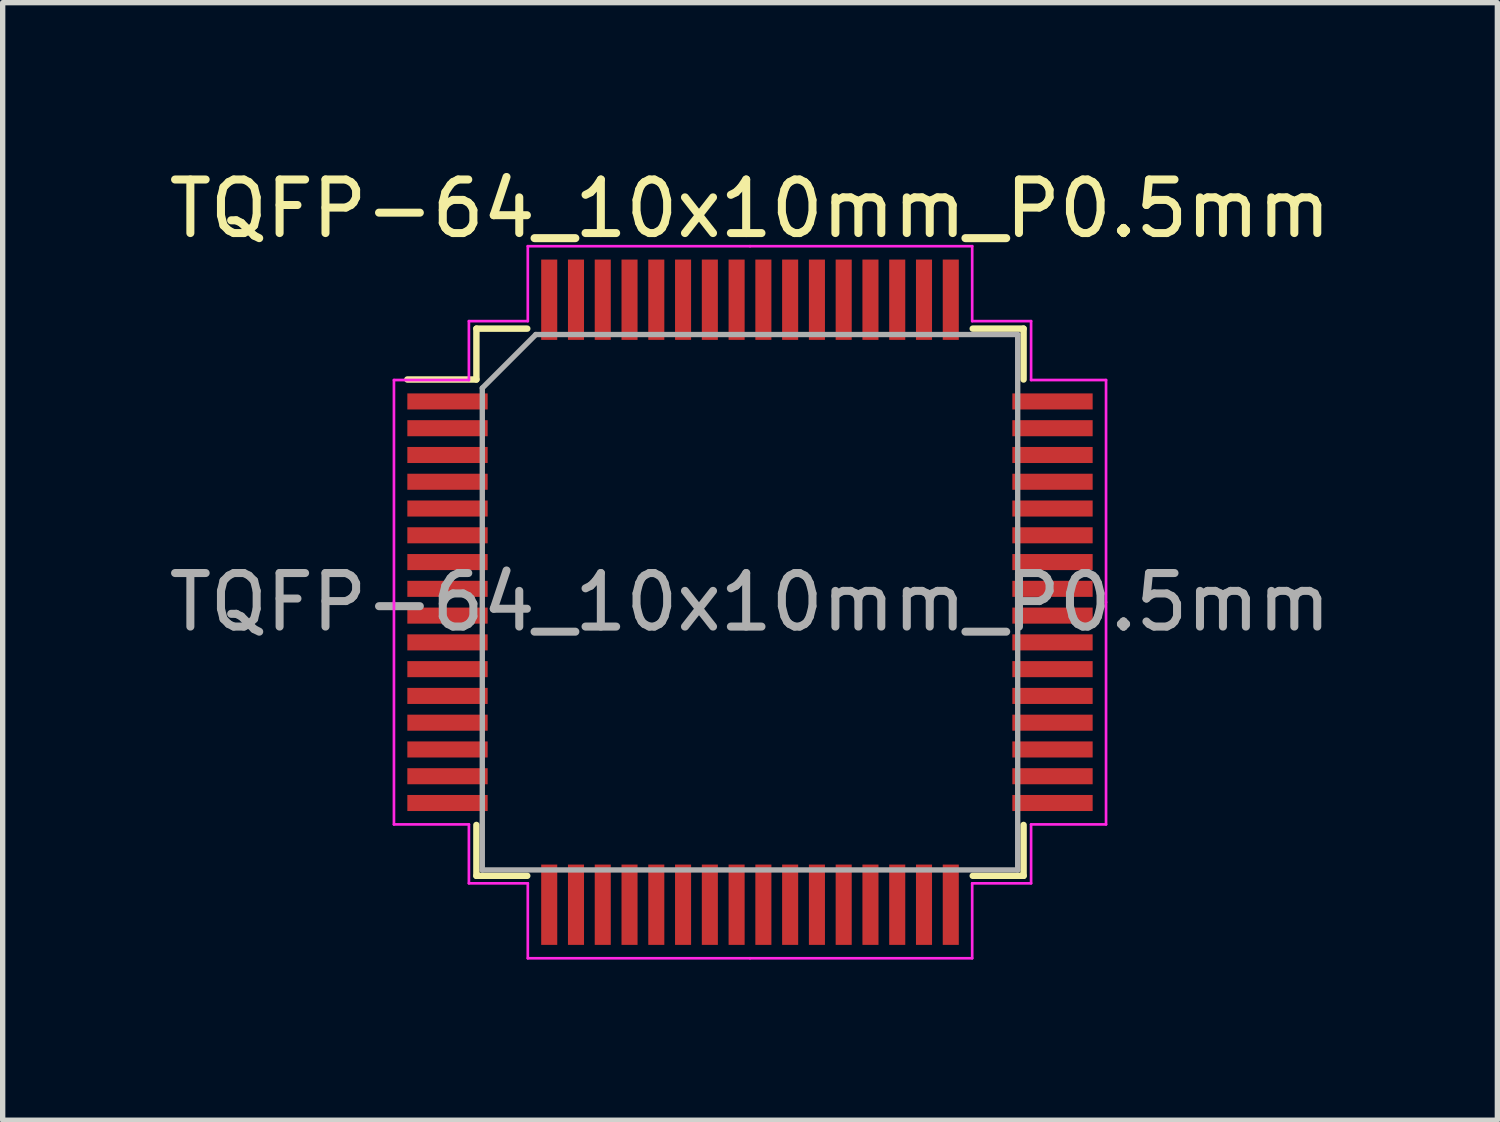
<source format=kicad_pcb>
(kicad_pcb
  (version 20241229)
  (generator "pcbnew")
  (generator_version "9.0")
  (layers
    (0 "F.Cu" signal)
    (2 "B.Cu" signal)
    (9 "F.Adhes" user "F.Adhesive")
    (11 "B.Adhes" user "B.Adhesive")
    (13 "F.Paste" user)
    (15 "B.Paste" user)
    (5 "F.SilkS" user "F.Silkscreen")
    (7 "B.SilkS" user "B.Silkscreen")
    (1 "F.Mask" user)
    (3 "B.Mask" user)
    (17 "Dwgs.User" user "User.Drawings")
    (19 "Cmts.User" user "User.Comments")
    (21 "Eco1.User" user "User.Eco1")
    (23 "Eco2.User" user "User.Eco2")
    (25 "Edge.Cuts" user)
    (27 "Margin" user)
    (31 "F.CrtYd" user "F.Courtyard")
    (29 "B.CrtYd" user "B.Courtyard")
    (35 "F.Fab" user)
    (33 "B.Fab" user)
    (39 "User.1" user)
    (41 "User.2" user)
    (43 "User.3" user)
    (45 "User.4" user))
  (footprint "TQFP-64_10x10mm_P0.5mm"
    (layer "F.Cu")
    (at 10.958 8.198)
    (property "Reference" "TQFP-64_10x10mm_P0.5mm" (at 0 -7.35 0) (layer "F.SilkS") (effects (font (size 1 1) (thickness 0.15))))
    (attr smd)
    (fp_line (start -5.11 -5.11) (end -5.11 -4.16) (stroke (width 0.12) (type solid)) (layer "F.SilkS"))
    (fp_line (start -5.11 -4.16) (end -6.4 -4.16) (stroke (width 0.12) (type solid)) (layer "F.SilkS"))
    (fp_line (start -5.11 5.11) (end -5.11 4.16) (stroke (width 0.12) (type solid)) (layer "F.SilkS"))
    (fp_line (start -4.16 -5.11) (end -5.11 -5.11) (stroke (width 0.12) (type solid)) (layer "F.SilkS"))
    (fp_line (start -4.16 5.11) (end -5.11 5.11) (stroke (width 0.12) (type solid)) (layer "F.SilkS"))
    (fp_line (start 4.16 -5.11) (end 5.11 -5.11) (stroke (width 0.12) (type solid)) (layer "F.SilkS"))
    (fp_line (start 4.16 5.11) (end 5.11 5.11) (stroke (width 0.12) (type solid)) (layer "F.SilkS"))
    (fp_line (start 5.11 -5.11) (end 5.11 -4.16) (stroke (width 0.12) (type solid)) (layer "F.SilkS"))
    (fp_line (start 5.11 5.11) (end 5.11 4.16) (stroke (width 0.12) (type solid)) (layer "F.SilkS"))
    (fp_line (start -6.65 -4.15) (end -6.65 0) (stroke (width 0.05) (type solid)) (layer "F.CrtYd"))
    (fp_line (start -6.65 4.15) (end -6.65 0) (stroke (width 0.05) (type solid)) (layer "F.CrtYd"))
    (fp_line (start -5.25 -5.25) (end -5.25 -4.15) (stroke (width 0.05) (type solid)) (layer "F.CrtYd"))
    (fp_line (start -5.25 -4.15) (end -6.65 -4.15) (stroke (width 0.05) (type solid)) (layer "F.CrtYd"))
    (fp_line (start -5.25 4.15) (end -6.65 4.15) (stroke (width 0.05) (type solid)) (layer "F.CrtYd"))
    (fp_line (start -5.25 5.25) (end -5.25 4.15) (stroke (width 0.05) (type solid)) (layer "F.CrtYd"))
    (fp_line (start -4.15 -6.65) (end -4.15 -5.25) (stroke (width 0.05) (type solid)) (layer "F.CrtYd"))
    (fp_line (start -4.15 -5.25) (end -5.25 -5.25) (stroke (width 0.05) (type solid)) (layer "F.CrtYd"))
    (fp_line (start -4.15 5.25) (end -5.25 5.25) (stroke (width 0.05) (type solid)) (layer "F.CrtYd"))
    (fp_line (start -4.15 6.65) (end -4.15 5.25) (stroke (width 0.05) (type solid)) (layer "F.CrtYd"))
    (fp_line (start 0 -6.65) (end -4.15 -6.65) (stroke (width 0.05) (type solid)) (layer "F.CrtYd"))
    (fp_line (start 0 -6.65) (end 4.15 -6.65) (stroke (width 0.05) (type solid)) (layer "F.CrtYd"))
    (fp_line (start 0 6.65) (end -4.15 6.65) (stroke (width 0.05) (type solid)) (layer "F.CrtYd"))
    (fp_line (start 0 6.65) (end 4.15 6.65) (stroke (width 0.05) (type solid)) (layer "F.CrtYd"))
    (fp_line (start 4.15 -6.65) (end 4.15 -5.25) (stroke (width 0.05) (type solid)) (layer "F.CrtYd"))
    (fp_line (start 4.15 -5.25) (end 5.25 -5.25) (stroke (width 0.05) (type solid)) (layer "F.CrtYd"))
    (fp_line (start 4.15 5.25) (end 5.25 5.25) (stroke (width 0.05) (type solid)) (layer "F.CrtYd"))
    (fp_line (start 4.15 6.65) (end 4.15 5.25) (stroke (width 0.05) (type solid)) (layer "F.CrtYd"))
    (fp_line (start 5.25 -5.25) (end 5.25 -4.15) (stroke (width 0.05) (type solid)) (layer "F.CrtYd"))
    (fp_line (start 5.25 -4.15) (end 6.65 -4.15) (stroke (width 0.05) (type solid)) (layer "F.CrtYd"))
    (fp_line (start 5.25 4.15) (end 6.65 4.15) (stroke (width 0.05) (type solid)) (layer "F.CrtYd"))
    (fp_line (start 5.25 5.25) (end 5.25 4.15) (stroke (width 0.05) (type solid)) (layer "F.CrtYd"))
    (fp_line (start 6.65 -4.15) (end 6.65 0) (stroke (width 0.05) (type solid)) (layer "F.CrtYd"))
    (fp_line (start 6.65 4.15) (end 6.65 0) (stroke (width 0.05) (type solid)) (layer "F.CrtYd"))
    (fp_line (start -5 -4) (end -4 -5) (stroke (width 0.1) (type solid)) (layer "F.Fab"))
    (fp_line (start -5 5) (end -5 -4) (stroke (width 0.1) (type solid)) (layer "F.Fab"))
    (fp_line (start -4 -5) (end 5 -5) (stroke (width 0.1) (type solid)) (layer "F.Fab"))
    (fp_line (start 5 -5) (end 5 5) (stroke (width 0.1) (type solid)) (layer "F.Fab"))
    (fp_line (start 5 5) (end -5 5) (stroke (width 0.1) (type solid)) (layer "F.Fab"))
    (fp_text user "${REFERENCE}" (at 0 0 0) (layer "F.Fab") (effects (font (size 1 1) (thickness 0.15))))
    (pad "1" smd rect (at -5.65 -3.75) (size 1.5 0.3) (layers "F.Cu" "F.Mask" "F.Paste"))
    (pad "2" smd rect (at -5.65 -3.25) (size 1.5 0.3) (layers "F.Cu" "F.Mask" "F.Paste"))
    (pad "3" smd rect (at -5.65 -2.75) (size 1.5 0.3) (layers "F.Cu" "F.Mask" "F.Paste"))
    (pad "4" smd rect (at -5.65 -2.25) (size 1.5 0.3) (layers "F.Cu" "F.Mask" "F.Paste"))
    (pad "5" smd rect (at -5.65 -1.75) (size 1.5 0.3) (layers "F.Cu" "F.Mask" "F.Paste"))
    (pad "6" smd rect (at -5.65 -1.25) (size 1.5 0.3) (layers "F.Cu" "F.Mask" "F.Paste"))
    (pad "7" smd rect (at -5.65 -0.75) (size 1.5 0.3) (layers "F.Cu" "F.Mask" "F.Paste"))
    (pad "8" smd rect (at -5.65 -0.25) (size 1.5 0.3) (layers "F.Cu" "F.Mask" "F.Paste"))
    (pad "9" smd rect (at -5.65 0.25) (size 1.5 0.3) (layers "F.Cu" "F.Mask" "F.Paste"))
    (pad "10" smd rect (at -5.65 0.75) (size 1.5 0.3) (layers "F.Cu" "F.Mask" "F.Paste"))
    (pad "11" smd rect (at -5.65 1.25) (size 1.5 0.3) (layers "F.Cu" "F.Mask" "F.Paste"))
    (pad "12" smd rect (at -5.65 1.75) (size 1.5 0.3) (layers "F.Cu" "F.Mask" "F.Paste"))
    (pad "13" smd rect (at -5.65 2.25) (size 1.5 0.3) (layers "F.Cu" "F.Mask" "F.Paste"))
    (pad "14" smd rect (at -5.65 2.75) (size 1.5 0.3) (layers "F.Cu" "F.Mask" "F.Paste"))
    (pad "15" smd rect (at -5.65 3.25) (size 1.5 0.3) (layers "F.Cu" "F.Mask" "F.Paste"))
    (pad "16" smd rect (at -5.65 3.75) (size 1.5 0.3) (layers "F.Cu" "F.Mask" "F.Paste"))
    (pad "17" smd rect (at -3.75 5.65) (size 0.3 1.5) (layers "F.Cu" "F.Mask" "F.Paste"))
    (pad "18" smd rect (at -3.25 5.65) (size 0.3 1.5) (layers "F.Cu" "F.Mask" "F.Paste"))
    (pad "19" smd rect (at -2.75 5.65) (size 0.3 1.5) (layers "F.Cu" "F.Mask" "F.Paste"))
    (pad "20" smd rect (at -2.25 5.65) (size 0.3 1.5) (layers "F.Cu" "F.Mask" "F.Paste"))
    (pad "21" smd rect (at -1.75 5.65) (size 0.3 1.5) (layers "F.Cu" "F.Mask" "F.Paste"))
    (pad "22" smd rect (at -1.25 5.65) (size 0.3 1.5) (layers "F.Cu" "F.Mask" "F.Paste"))
    (pad "23" smd rect (at -0.75 5.65) (size 0.3 1.5) (layers "F.Cu" "F.Mask" "F.Paste"))
    (pad "24" smd rect (at -0.25 5.65) (size 0.3 1.5) (layers "F.Cu" "F.Mask" "F.Paste"))
    (pad "25" smd rect (at 0.25 5.65) (size 0.3 1.5) (layers "F.Cu" "F.Mask" "F.Paste"))
    (pad "26" smd rect (at 0.75 5.65) (size 0.3 1.5) (layers "F.Cu" "F.Mask" "F.Paste"))
    (pad "27" smd rect (at 1.25 5.65) (size 0.3 1.5) (layers "F.Cu" "F.Mask" "F.Paste"))
    (pad "28" smd rect (at 1.75 5.65) (size 0.3 1.5) (layers "F.Cu" "F.Mask" "F.Paste"))
    (pad "29" smd rect (at 2.25 5.65) (size 0.3 1.5) (layers "F.Cu" "F.Mask" "F.Paste"))
    (pad "30" smd rect (at 2.75 5.65) (size 0.3 1.5) (layers "F.Cu" "F.Mask" "F.Paste"))
    (pad "31" smd rect (at 3.25 5.65) (size 0.3 1.5) (layers "F.Cu" "F.Mask" "F.Paste"))
    (pad "32" smd rect (at 3.75 5.65) (size 0.3 1.5) (layers "F.Cu" "F.Mask" "F.Paste"))
    (pad "33" smd rect (at 5.65 3.75) (size 1.5 0.3) (layers "F.Cu" "F.Mask" "F.Paste"))
    (pad "34" smd rect (at 5.65 3.25) (size 1.5 0.3) (layers "F.Cu" "F.Mask" "F.Paste"))
    (pad "35" smd rect (at 5.65 2.75) (size 1.5 0.3) (layers "F.Cu" "F.Mask" "F.Paste"))
    (pad "36" smd rect (at 5.65 2.25) (size 1.5 0.3) (layers "F.Cu" "F.Mask" "F.Paste"))
    (pad "37" smd rect (at 5.65 1.75) (size 1.5 0.3) (layers "F.Cu" "F.Mask" "F.Paste"))
    (pad "38" smd rect (at 5.65 1.25) (size 1.5 0.3) (layers "F.Cu" "F.Mask" "F.Paste"))
    (pad "39" smd rect (at 5.65 0.75) (size 1.5 0.3) (layers "F.Cu" "F.Mask" "F.Paste"))
    (pad "40" smd rect (at 5.65 0.25) (size 1.5 0.3) (layers "F.Cu" "F.Mask" "F.Paste"))
    (pad "41" smd rect (at 5.65 -0.25) (size 1.5 0.3) (layers "F.Cu" "F.Mask" "F.Paste"))
    (pad "42" smd rect (at 5.65 -0.75) (size 1.5 0.3) (layers "F.Cu" "F.Mask" "F.Paste"))
    (pad "43" smd rect (at 5.65 -1.25) (size 1.5 0.3) (layers "F.Cu" "F.Mask" "F.Paste"))
    (pad "44" smd rect (at 5.65 -1.75) (size 1.5 0.3) (layers "F.Cu" "F.Mask" "F.Paste"))
    (pad "45" smd rect (at 5.65 -2.25) (size 1.5 0.3) (layers "F.Cu" "F.Mask" "F.Paste"))
    (pad "46" smd rect (at 5.65 -2.75) (size 1.5 0.3) (layers "F.Cu" "F.Mask" "F.Paste"))
    (pad "47" smd rect (at 5.65 -3.25) (size 1.5 0.3) (layers "F.Cu" "F.Mask" "F.Paste"))
    (pad "48" smd rect (at 5.65 -3.75) (size 1.5 0.3) (layers "F.Cu" "F.Mask" "F.Paste"))
    (pad "49" smd rect (at 3.75 -5.65) (size 0.3 1.5) (layers "F.Cu" "F.Mask" "F.Paste"))
    (pad "50" smd rect (at 3.25 -5.65) (size 0.3 1.5) (layers "F.Cu" "F.Mask" "F.Paste"))
    (pad "51" smd rect (at 2.75 -5.65) (size 0.3 1.5) (layers "F.Cu" "F.Mask" "F.Paste"))
    (pad "52" smd rect (at 2.25 -5.65) (size 0.3 1.5) (layers "F.Cu" "F.Mask" "F.Paste"))
    (pad "53" smd rect (at 1.75 -5.65) (size 0.3 1.5) (layers "F.Cu" "F.Mask" "F.Paste"))
    (pad "54" smd rect (at 1.25 -5.65) (size 0.3 1.5) (layers "F.Cu" "F.Mask" "F.Paste"))
    (pad "55" smd rect (at 0.75 -5.65) (size 0.3 1.5) (layers "F.Cu" "F.Mask" "F.Paste"))
    (pad "56" smd rect (at 0.25 -5.65) (size 0.3 1.5) (layers "F.Cu" "F.Mask" "F.Paste"))
    (pad "57" smd rect (at -0.25 -5.65) (size 0.3 1.5) (layers "F.Cu" "F.Mask" "F.Paste"))
    (pad "58" smd rect (at -0.75 -5.65) (size 0.3 1.5) (layers "F.Cu" "F.Mask" "F.Paste"))
    (pad "59" smd rect (at -1.25 -5.65) (size 0.3 1.5) (layers "F.Cu" "F.Mask" "F.Paste"))
    (pad "60" smd rect (at -1.75 -5.65) (size 0.3 1.5) (layers "F.Cu" "F.Mask" "F.Paste"))
    (pad "61" smd rect (at -2.25 -5.65) (size 0.3 1.5) (layers "F.Cu" "F.Mask" "F.Paste"))
    (pad "62" smd rect (at -2.75 -5.65) (size 0.3 1.5) (layers "F.Cu" "F.Mask" "F.Paste"))
    (pad "63" smd rect (at -3.25 -5.65) (size 0.3 1.5) (layers "F.Cu" "F.Mask" "F.Paste"))
    (pad "64" smd rect (at -3.75 -5.65) (size 0.3 1.5) (layers "F.Cu" "F.Mask" "F.Paste")))
  (gr_rect
    (start -3 -3)
    (end 24.917 17.873)
    (stroke (width 0.1) (type default))
    (fill no)
    (layer "Edge.Cuts")))
</source>
